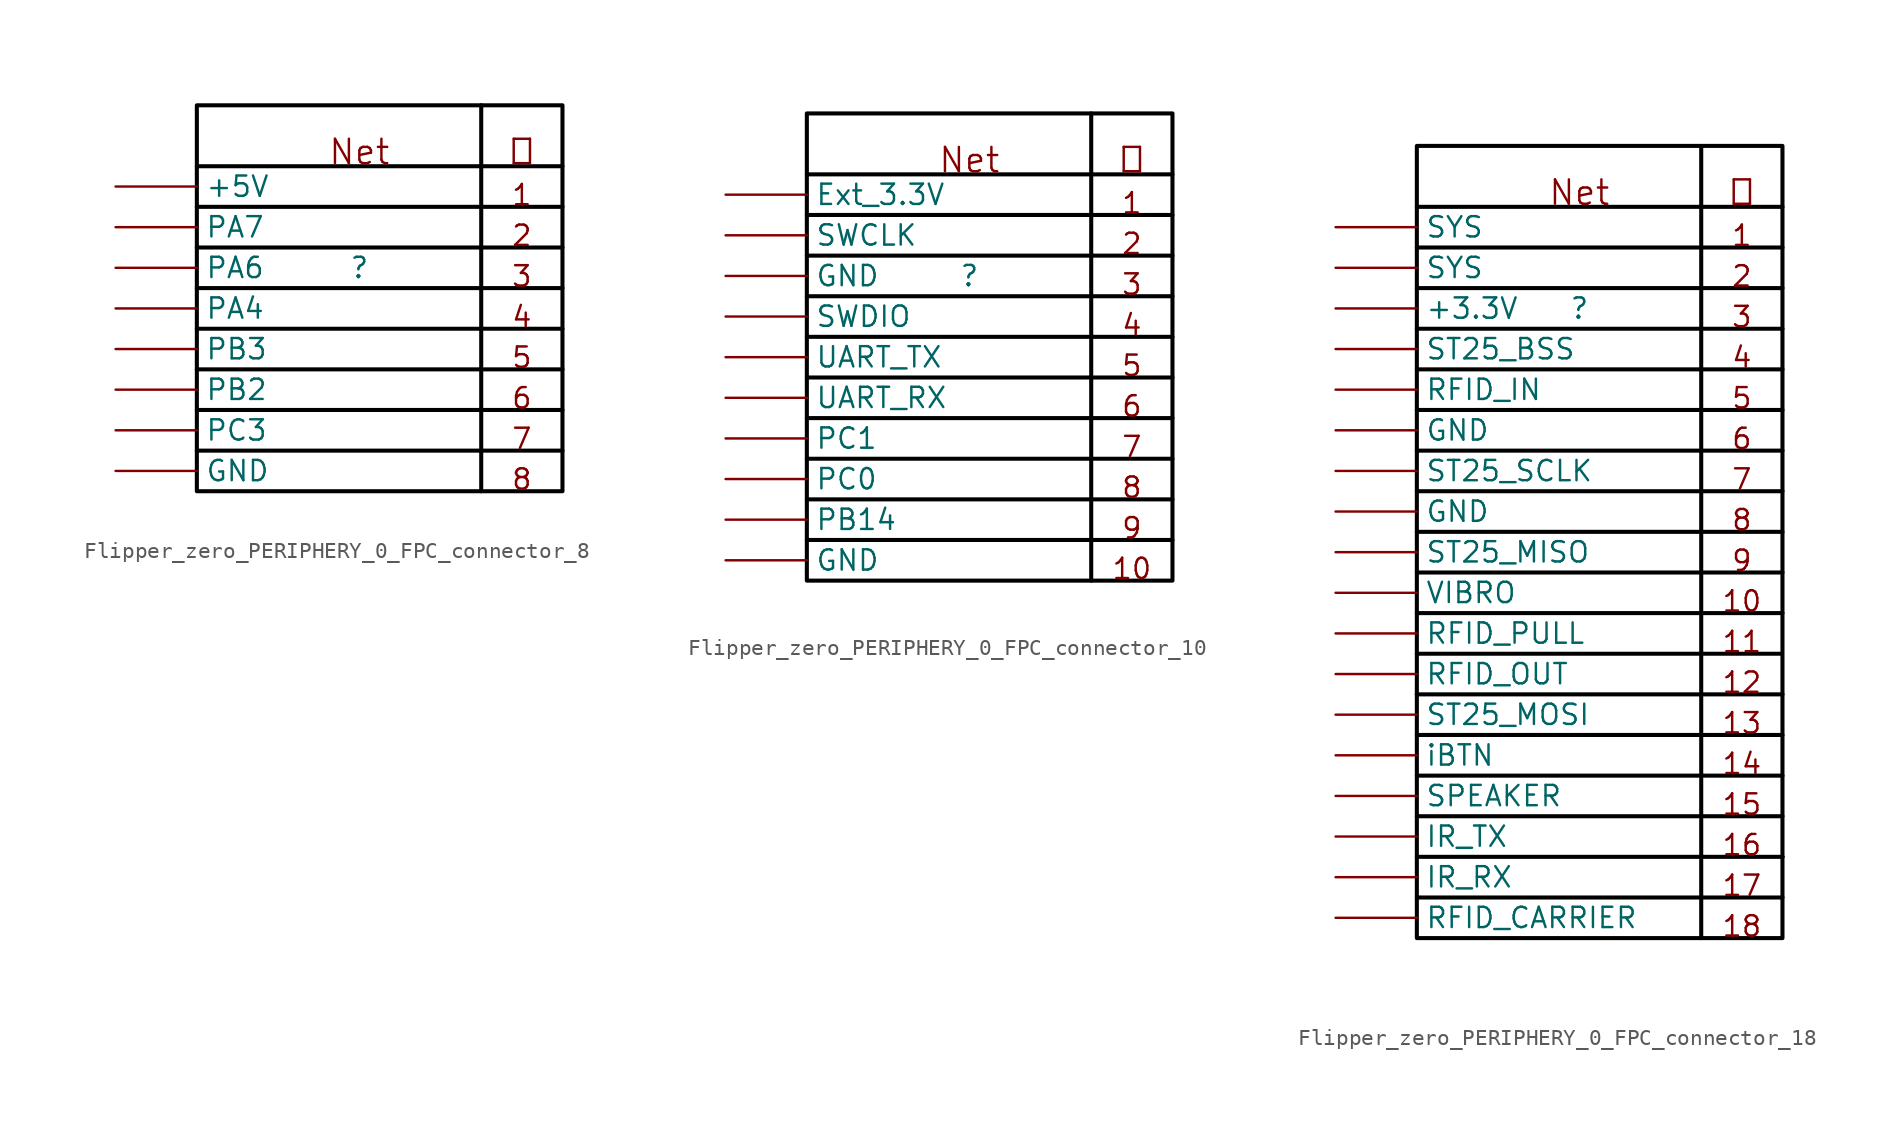
<source format=kicad_sym>
(kicad_symbol_lib
  (version 20220914)
  (generator kicad_symbol_editor)
  (symbol "Flipper_zero_PERIPHERY_0_FPC_connector_8"
    (property "Reference" ""
      (at 0 0 0)
      (effects (font (size 1.27 1.27))))
    (property "Value" ""
      (at 0 0 0)
      (effects (font (size 1.27 1.27))))
    (symbol "Flipper_zero_PERIPHERY_0_FPC_connector_8_1_0"
      (polyline (pts (xy -10.16 1.27) (xy 12.7 1.27)) (stroke (width 0.254) (type solid) (color 0 0 0 1)) (fill (type none)))
      (polyline (pts (xy -10.16 3.81) (xy 12.7 3.81)) (stroke (width 0.254) (type solid) (color 0 0 0 1)) (fill (type none)))
      (polyline (pts (xy -10.16 6.35) (xy 12.7 6.35)) (stroke (width 0.254) (type solid) (color 0 0 0 1)) (fill (type none)))
      (polyline (pts (xy 7.62 10.16) (xy 7.62 -13.97)) (stroke (width 0.254) (type solid) (color 0 0 0 1)) (fill (type none)))
      (polyline (pts (xy -10.16 -11.43) (xy -10.16 -13.97) (xy 12.7 -13.97) (xy 12.7 -11.43)) (stroke (width 0.254) (type solid) (color 0 0 0 1)) (fill (type none)))
      (polyline (pts (xy -10.16 -8.89) (xy -10.16 -11.43) (xy 12.7 -11.43) (xy 12.7 -8.89)) (stroke (width 0.254) (type solid) (color 0 0 0 1)) (fill (type none)))
      (polyline (pts (xy -10.16 -3.81) (xy -10.16 -6.35) (xy 12.7 -6.35) (xy 12.7 -3.81)) (stroke (width 0.254) (type solid) (color 0 0 0 1)) (fill (type none)))
      (polyline (pts (xy -10.16 -1.27) (xy -10.16 -3.81) (xy 12.7 -3.81) (xy 12.7 -1.27)) (stroke (width 0.254) (type solid) (color 0 0 0 1)) (fill (type none)))
      (polyline (pts (xy 12.7 -6.35) (xy 12.7 -8.89) (xy -10.16 -8.89) (xy -10.16 -6.35)) (stroke (width 0.254) (type solid) (color 0 0 0 1)) (fill (type none)))
      (polyline (pts (xy -10.16 0) (xy -10.16 10.16) (xy 12.7 10.16) (xy 12.7 -1.27) (xy -10.16 -1.27) (xy -10.16 0)) (stroke (width 0.254) (type solid) (color 0 0 0 1)) (fill (type none)))
      (text "1" (at 10.16 3.81 0) (effects (font (size 1.27 1.27)) (justify bottom)))
      (text "2" (at 10.16 1.27 0) (effects (font (size 1.27 1.27)) (justify bottom)))
      (text "3" (at 10.16 -1.27 0) (effects (font (size 1.27 1.27)) (justify bottom)))
      (text "4" (at 10.16 -3.81 0) (effects (font (size 1.27 1.27)) (justify bottom)))
      (text "5" (at 10.16 -6.35 0) (effects (font (size 1.27 1.27)) (justify bottom)))
      (text "6" (at 10.16 -8.89 0) (effects (font (size 1.27 1.27)) (justify bottom)))
      (text "7" (at 10.16 -11.43 0) (effects (font (size 1.27 1.27)) (justify bottom)))
      (text "8" (at 10.16 -13.97 0) (effects (font (size 1.27 1.27)) (justify bottom)))
      (text "Net" (at 0 6.35 0) (effects (font (size 1.524 1.524)) (justify bottom)))
      (text "№" (at 10.16 6.35 0) (effects (font (size 1.524 1.524)) (justify bottom)))
      (pin passive line (at -15.24 5.08 0) (length 5.08) (name "+5V" (effects (font (size 1.27 1.27)))) (number "1" (effects (font (size 0 0)))))
      (pin passive line (at -15.24 2.54 0) (length 5.08) (name "PA7" (effects (font (size 1.27 1.27)))) (number "2" (effects (font (size 0 0)))))
      (pin passive line (at -15.24 0 0) (length 5.08) (name "PA6" (effects (font (size 1.27 1.27)))) (number "3" (effects (font (size 0 0)))))
      (pin passive line (at -15.24 -2.54 0) (length 5.08) (name "PA4" (effects (font (size 1.27 1.27)))) (number "4" (effects (font (size 0 0)))))
      (pin passive line (at -15.24 -5.08 0) (length 5.08) (name "PB3" (effects (font (size 1.27 1.27)))) (number "5" (effects (font (size 0 0)))))
      (pin passive line (at -15.24 -7.62 0) (length 5.08) (name "PB2" (effects (font (size 1.27 1.27)))) (number "6" (effects (font (size 0 0)))))
      (pin passive line (at -15.24 -10.16 0) (length 5.08) (name "PC3" (effects (font (size 1.27 1.27)))) (number "7" (effects (font (size 0 0)))))
      (pin passive line (at -15.24 -12.7 0) (length 5.08) (name "GND" (effects (font (size 1.27 1.27)))) (number "8" (effects (font (size 0 0)))))))
  (symbol "Flipper_zero_PERIPHERY_0_FPC_connector_10"
    (property "Reference" ""
      (at 0 0 0)
      (effects (font (size 1.27 1.27))))
    (property "Value" ""
      (at 0 0 0)
      (effects (font (size 1.27 1.27))))
    (symbol "Flipper_zero_PERIPHERY_0_FPC_connector_10_1_0"
      (polyline (pts (xy -10.16 1.27) (xy 12.7 1.27)) (stroke (width 0.254) (type solid) (color 0 0 0 1)) (fill (type none)))
      (polyline (pts (xy -10.16 3.81) (xy 12.7 3.81)) (stroke (width 0.254) (type solid) (color 0 0 0 1)) (fill (type none)))
      (polyline (pts (xy -10.16 6.35) (xy 12.7 6.35)) (stroke (width 0.254) (type solid) (color 0 0 0 1)) (fill (type none)))
      (polyline (pts (xy 7.62 10.16) (xy 7.62 -19.05)) (stroke (width 0.254) (type solid) (color 0 0 0 1)) (fill (type none)))
      (polyline (pts (xy 12.7 -11.43) (xy 12.7 -13.97) (xy -10.16 -13.97)) (stroke (width 0.254) (type solid) (color 0 0 0 1)) (fill (type none)))
      (polyline (pts (xy -10.16 -16.51) (xy -10.16 -19.05) (xy 12.7 -19.05) (xy 12.7 -16.51)) (stroke (width 0.254) (type solid) (color 0 0 0 1)) (fill (type none)))
      (polyline (pts (xy -10.16 -11.43) (xy -10.16 -16.51) (xy 12.7 -16.51) (xy 12.7 -13.97)) (stroke (width 0.254) (type solid) (color 0 0 0 1)) (fill (type none)))
      (polyline (pts (xy -10.16 -8.89) (xy -10.16 -11.43) (xy 12.7 -11.43) (xy 12.7 -8.89)) (stroke (width 0.254) (type solid) (color 0 0 0 1)) (fill (type none)))
      (polyline (pts (xy -10.16 -3.81) (xy -10.16 -6.35) (xy 12.7 -6.35) (xy 12.7 -3.81)) (stroke (width 0.254) (type solid) (color 0 0 0 1)) (fill (type none)))
      (polyline (pts (xy -10.16 -1.27) (xy -10.16 -3.81) (xy 12.7 -3.81) (xy 12.7 -1.27)) (stroke (width 0.254) (type solid) (color 0 0 0 1)) (fill (type none)))
      (polyline (pts (xy 12.7 -6.35) (xy 12.7 -8.89) (xy -10.16 -8.89) (xy -10.16 -6.35)) (stroke (width 0.254) (type solid) (color 0 0 0 1)) (fill (type none)))
      (polyline (pts (xy -10.16 0) (xy -10.16 10.16) (xy 12.7 10.16) (xy 12.7 -1.27) (xy -10.16 -1.27) (xy -10.16 0)) (stroke (width 0.254) (type solid) (color 0 0 0 1)) (fill (type none)))
      (text "1" (at 10.16 3.81 0) (effects (font (size 1.27 1.27)) (justify bottom)))
      (text "10" (at 10.16 -19.05 0) (effects (font (size 1.27 1.27)) (justify bottom)))
      (text "2" (at 10.16 1.27 0) (effects (font (size 1.27 1.27)) (justify bottom)))
      (text "3" (at 10.16 -1.27 0) (effects (font (size 1.27 1.27)) (justify bottom)))
      (text "4" (at 10.16 -3.81 0) (effects (font (size 1.27 1.27)) (justify bottom)))
      (text "5" (at 10.16 -6.35 0) (effects (font (size 1.27 1.27)) (justify bottom)))
      (text "6" (at 10.16 -8.89 0) (effects (font (size 1.27 1.27)) (justify bottom)))
      (text "7" (at 10.16 -11.43 0) (effects (font (size 1.27 1.27)) (justify bottom)))
      (text "8" (at 10.16 -13.97 0) (effects (font (size 1.27 1.27)) (justify bottom)))
      (text "9" (at 10.16 -16.51 0) (effects (font (size 1.27 1.27)) (justify bottom)))
      (text "Net" (at 0 6.35 0) (effects (font (size 1.524 1.524)) (justify bottom)))
      (text "№" (at 10.16 6.35 0) (effects (font (size 1.524 1.524)) (justify bottom)))
      (pin passive line (at -15.24 5.08 0) (length 5.08) (name "Ext_3.3V" (effects (font (size 1.27 1.27)))) (number "1" (effects (font (size 0 0)))))
      (pin passive line (at -15.24 -17.78 0) (length 5.08) (name "GND" (effects (font (size 1.27 1.27)))) (number "10" (effects (font (size 0 0)))))
      (pin passive line (at -15.24 2.54 0) (length 5.08) (name "SWCLK" (effects (font (size 1.27 1.27)))) (number "2" (effects (font (size 0 0)))))
      (pin passive line (at -15.24 0 0) (length 5.08) (name "GND" (effects (font (size 1.27 1.27)))) (number "3" (effects (font (size 0 0)))))
      (pin passive line (at -15.24 -2.54 0) (length 5.08) (name "SWDIO" (effects (font (size 1.27 1.27)))) (number "4" (effects (font (size 0 0)))))
      (pin passive line (at -15.24 -5.08 0) (length 5.08) (name "UART_TX" (effects (font (size 1.27 1.27)))) (number "5" (effects (font (size 0 0)))))
      (pin passive line (at -15.24 -7.62 0) (length 5.08) (name "UART_RX" (effects (font (size 1.27 1.27)))) (number "6" (effects (font (size 0 0)))))
      (pin passive line (at -15.24 -10.16 0) (length 5.08) (name "PC1" (effects (font (size 1.27 1.27)))) (number "7" (effects (font (size 0 0)))))
      (pin passive line (at -15.24 -12.7 0) (length 5.08) (name "PC0" (effects (font (size 1.27 1.27)))) (number "8" (effects (font (size 0 0)))))
      (pin passive line (at -15.24 -15.24 0) (length 5.08) (name "PB14" (effects (font (size 1.27 1.27)))) (number "9" (effects (font (size 0 0)))))))
  (symbol "Flipper_zero_PERIPHERY_0_FPC_connector_18"
    (property "Reference" ""
      (at 0 0 0)
      (effects (font (size 1.27 1.27))))
    (property "Value" ""
      (at 0 0 0)
      (effects (font (size 1.27 1.27))))
    (symbol "Flipper_zero_PERIPHERY_0_FPC_connector_18_1_0"
      (polyline (pts (xy -10.16 -36.83) (xy 12.7 -36.83)) (stroke (width 0.254) (type solid) (color 0 0 0 1)) (fill (type none)))
      (polyline (pts (xy -10.16 -31.75) (xy 12.7 -31.75)) (stroke (width 0.254) (type solid) (color 0 0 0 1)) (fill (type none)))
      (polyline (pts (xy -10.16 -29.21) (xy 12.7 -29.21)) (stroke (width 0.254) (type solid) (color 0 0 0 1)) (fill (type none)))
      (polyline (pts (xy -10.16 -26.67) (xy 12.7 -26.67)) (stroke (width 0.254) (type solid) (color 0 0 0 1)) (fill (type none)))
      (polyline (pts (xy -10.16 -21.59) (xy -10.16 -24.13)) (stroke (width 0.254) (type solid) (color 0 0 0 1)) (fill (type none)))
      (polyline (pts (xy -10.16 1.27) (xy 12.7 1.27)) (stroke (width 0.254) (type solid) (color 0 0 0 1)) (fill (type none)))
      (polyline (pts (xy -10.16 3.81) (xy 12.7 3.81)) (stroke (width 0.254) (type solid) (color 0 0 0 1)) (fill (type none)))
      (polyline (pts (xy -10.16 6.35) (xy 12.7 6.35)) (stroke (width 0.254) (type solid) (color 0 0 0 1)) (fill (type none)))
      (polyline (pts (xy 7.62 -34.29) (xy 7.62 -39.37)) (stroke (width 0.254) (type solid) (color 0 0 0 1)) (fill (type none)))
      (polyline (pts (xy 7.62 -24.13) (xy 7.62 -34.29)) (stroke (width 0.254) (type solid) (color 0 0 0 1)) (fill (type none)))
      (polyline (pts (xy 7.62 10.16) (xy 7.62 -24.13)) (stroke (width 0.254) (type solid) (color 0 0 0 1)) (fill (type none)))
      (polyline (pts (xy 12.7 -34.29) (xy 12.7 -24.13)) (stroke (width 0.254) (type solid) (color 0 0 0 1)) (fill (type none)))
      (polyline (pts (xy -10.16 -24.13) (xy -10.16 -34.29) (xy 12.7 -34.29)) (stroke (width 0.254) (type solid) (color 0 0 0 1)) (fill (type none)))
      (polyline (pts (xy 12.7 -11.43) (xy 12.7 -13.97) (xy -10.16 -13.97)) (stroke (width 0.254) (type solid) (color 0 0 0 1)) (fill (type none)))
      (polyline (pts (xy -10.16 -34.29) (xy -10.16 -39.37) (xy 12.7 -39.37) (xy 12.7 -34.29)) (stroke (width 0.254) (type solid) (color 0 0 0 1)) (fill (type none)))
      (polyline (pts (xy -10.16 -16.51) (xy -10.16 -19.05) (xy 12.7 -19.05) (xy 12.7 -16.51)) (stroke (width 0.254) (type solid) (color 0 0 0 1)) (fill (type none)))
      (polyline (pts (xy -10.16 -11.43) (xy -10.16 -16.51) (xy 12.7 -16.51) (xy 12.7 -13.97)) (stroke (width 0.254) (type solid) (color 0 0 0 1)) (fill (type none)))
      (polyline (pts (xy -10.16 -8.89) (xy -10.16 -11.43) (xy 12.7 -11.43) (xy 12.7 -8.89)) (stroke (width 0.254) (type solid) (color 0 0 0 1)) (fill (type none)))
      (polyline (pts (xy -10.16 -3.81) (xy -10.16 -6.35) (xy 12.7 -6.35) (xy 12.7 -3.81)) (stroke (width 0.254) (type solid) (color 0 0 0 1)) (fill (type none)))
      (polyline (pts (xy -10.16 -1.27) (xy -10.16 -3.81) (xy 12.7 -3.81) (xy 12.7 -1.27)) (stroke (width 0.254) (type solid) (color 0 0 0 1)) (fill (type none)))
      (polyline (pts (xy 12.7 -6.35) (xy 12.7 -8.89) (xy -10.16 -8.89) (xy -10.16 -6.35)) (stroke (width 0.254) (type solid) (color 0 0 0 1)) (fill (type none)))
      (polyline (pts (xy -10.16 -19.05) (xy -10.16 -21.59) (xy 12.7 -21.59) (xy 12.7 -19.05) (xy 12.7 -24.13) (xy -10.16 -24.13)) (stroke (width 0.254) (type solid) (color 0 0 0 1)) (fill (type none)))
      (polyline (pts (xy -10.16 0) (xy -10.16 10.16) (xy 12.7 10.16) (xy 12.7 -1.27) (xy -10.16 -1.27) (xy -10.16 0)) (stroke (width 0.254) (type solid) (color 0 0 0 1)) (fill (type none)))
      (text "1" (at 10.16 3.81 0) (effects (font (size 1.27 1.27)) (justify bottom)))
      (text "10" (at 10.16 -19.05 0) (effects (font (size 1.27 1.27)) (justify bottom)))
      (text "11" (at 10.16 -21.59 0) (effects (font (size 1.27 1.27)) (justify bottom)))
      (text "12" (at 10.16 -24.13 0) (effects (font (size 1.27 1.27)) (justify bottom)))
      (text "13" (at 10.16 -26.67 0) (effects (font (size 1.27 1.27)) (justify bottom)))
      (text "14" (at 10.16 -29.21 0) (effects (font (size 1.27 1.27)) (justify bottom)))
      (text "15" (at 10.16 -31.75 0) (effects (font (size 1.27 1.27)) (justify bottom)))
      (text "16" (at 10.16 -34.29 0) (effects (font (size 1.27 1.27)) (justify bottom)))
      (text "17" (at 10.16 -36.83 0) (effects (font (size 1.27 1.27)) (justify bottom)))
      (text "18" (at 10.16 -39.37 0) (effects (font (size 1.27 1.27)) (justify bottom)))
      (text "2" (at 10.16 1.27 0) (effects (font (size 1.27 1.27)) (justify bottom)))
      (text "3" (at 10.16 -1.27 0) (effects (font (size 1.27 1.27)) (justify bottom)))
      (text "4" (at 10.16 -3.81 0) (effects (font (size 1.27 1.27)) (justify bottom)))
      (text "5" (at 10.16 -6.35 0) (effects (font (size 1.27 1.27)) (justify bottom)))
      (text "6" (at 10.16 -8.89 0) (effects (font (size 1.27 1.27)) (justify bottom)))
      (text "7" (at 10.16 -11.43 0) (effects (font (size 1.27 1.27)) (justify bottom)))
      (text "8" (at 10.16 -13.97 0) (effects (font (size 1.27 1.27)) (justify bottom)))
      (text "9" (at 10.16 -16.51 0) (effects (font (size 1.27 1.27)) (justify bottom)))
      (text "Net" (at 0 6.35 0) (effects (font (size 1.524 1.524)) (justify bottom)))
      (text "№" (at 10.16 6.35 0) (effects (font (size 1.524 1.524)) (justify bottom)))
      (pin passive line (at -15.24 5.08 0) (length 5.08) (name "SYS" (effects (font (size 1.27 1.27)))) (number "1" (effects (font (size 0 0)))))
      (pin passive line (at -15.24 -17.78 0) (length 5.08) (name "VIBRO" (effects (font (size 1.27 1.27)))) (number "10" (effects (font (size 0 0)))))
      (pin passive line (at -15.24 -20.32 0) (length 5.08) (name "RFID_PULL" (effects (font (size 1.27 1.27)))) (number "11" (effects (font (size 0 0)))))
      (pin passive line (at -15.24 -22.86 0) (length 5.08) (name "RFID_OUT" (effects (font (size 1.27 1.27)))) (number "12" (effects (font (size 0 0)))))
      (pin passive line (at -15.24 -25.4 0) (length 5.08) (name "ST25_MOSI" (effects (font (size 1.27 1.27)))) (number "13" (effects (font (size 0 0)))))
      (pin passive line (at -15.24 -27.94 0) (length 5.08) (name "iBTN" (effects (font (size 1.27 1.27)))) (number "14" (effects (font (size 0 0)))))
      (pin passive line (at -15.24 -30.48 0) (length 5.08) (name "SPEAKER" (effects (font (size 1.27 1.27)))) (number "15" (effects (font (size 0 0)))))
      (pin passive line (at -15.24 -33.02 0) (length 5.08) (name "IR_TX" (effects (font (size 1.27 1.27)))) (number "16" (effects (font (size 0 0)))))
      (pin output line (at -15.24 -35.56 0) (length 5.08) (name "IR_RX" (effects (font (size 1.27 1.27)))) (number "17" (effects (font (size 0 0)))))
      (pin output line (at -15.24 -38.1 0) (length 5.08) (name "RFID_CARRIER" (effects (font (size 1.27 1.27)))) (number "18" (effects (font (size 0 0)))))
      (pin passive line (at -15.24 2.54 0) (length 5.08) (name "SYS" (effects (font (size 1.27 1.27)))) (number "2" (effects (font (size 0 0)))))
      (pin passive line (at -15.24 0 0) (length 5.08) (name "+3.3V" (effects (font (size 1.27 1.27)))) (number "3" (effects (font (size 0 0)))))
      (pin passive line (at -15.24 -2.54 0) (length 5.08) (name "ST25_BSS" (effects (font (size 1.27 1.27)))) (number "4" (effects (font (size 0 0)))))
      (pin output line (at -15.24 -5.08 0) (length 5.08) (name "RFID_IN" (effects (font (size 1.27 1.27)))) (number "5" (effects (font (size 0 0)))))
      (pin passive line (at -15.24 -7.62 0) (length 5.08) (name "GND" (effects (font (size 1.27 1.27)))) (number "6" (effects (font (size 0 0)))))
      (pin passive line (at -15.24 -10.16 0) (length 5.08) (name "ST25_SCLK" (effects (font (size 1.27 1.27)))) (number "7" (effects (font (size 0 0)))))
      (pin passive line (at -15.24 -12.7 0) (length 5.08) (name "GND" (effects (font (size 1.27 1.27)))) (number "8" (effects (font (size 0 0)))))
      (pin passive line (at -15.24 -15.24 0) (length 5.08) (name "ST25_MISO" (effects (font (size 1.27 1.27)))) (number "9" (effects (font (size 0 0))))))))
</source>
